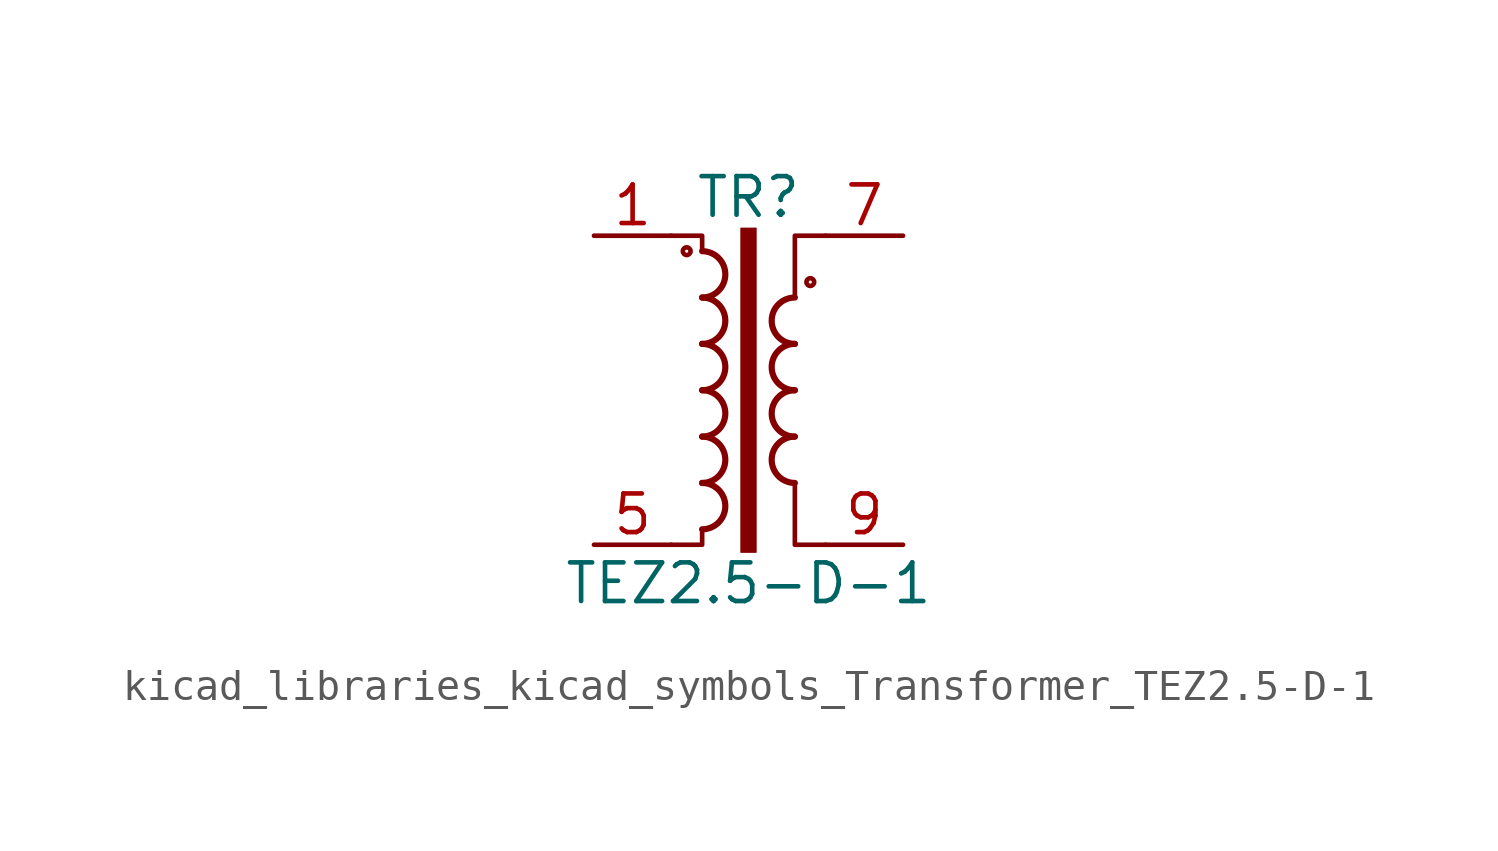
<source format=kicad_sym>
(kicad_symbol_lib
  (version 20220914)
  (generator kicad_symbol_editor)
  (symbol "kicad_libraries_kicad_symbols_Transformer_TEZ2.5-D-1"
    (pin_names
      (offset 0.025))
    (property "Reference" "TR"
      (at 0 6.35 0)
      (effects (font (size 1.27 1.27))))
    (property "Value" "TEZ2.5-D-1"
      (at 0 -6.35 0)
      (effects (font (size 1.27 1.27))))
    (symbol "kicad_libraries_kicad_symbols_Transformer_TEZ2.5-D-1_0_1"
      (circle (center -2.032 4.572) (radius 0.127) (stroke (width 0) (type default)) (fill (type none)))
      (arc (start -1.524 -4.572) (mid -0.7653 -3.81) (end -1.524 -3.048) (stroke (width 0.2032) (type default)) (fill (type none)))
      (arc (start -1.524 -3.048) (mid -0.7653 -2.286) (end -1.524 -1.524) (stroke (width 0.2032) (type default)) (fill (type none)))
      (arc (start -1.524 -1.524) (mid -0.7653 -0.762) (end -1.524 0) (stroke (width 0.2032) (type default)) (fill (type none)))
      (arc (start -1.524 0) (mid -0.7653 0.762) (end -1.524 1.524) (stroke (width 0.2032) (type default)) (fill (type none)))
      (arc (start -1.524 1.524) (mid -0.7653 2.286) (end -1.524 3.048) (stroke (width 0.2032) (type default)) (fill (type none)))
      (arc (start -1.524 3.048) (mid -0.7653 3.81) (end -1.524 4.572) (stroke (width 0.2032) (type default)) (fill (type none)))
      (rectangle (start -0.254 5.334) (end 0.254 -5.334) (stroke (width 0.025) (type default)) (fill (type outline)))
      (polyline (pts (xy -1.524 -4.572) (xy -1.524 -5.08) (xy -2.54 -5.08)) (stroke (width 0) (type default)) (fill (type none)))
      (polyline (pts (xy -1.524 4.572) (xy -1.524 5.08) (xy -2.54 5.08)) (stroke (width 0) (type default)) (fill (type none)))
      (polyline (pts (xy 1.524 3.048) (xy 1.524 5.08) (xy 2.54 5.08) (xy 2.54 5.08)) (stroke (width 0.152) (type default)) (fill (type none)))
      (polyline (pts (xy 2.54 -5.08) (xy 1.524 -5.08) (xy 1.524 -3.048) (xy 1.524 -3.048)) (stroke (width 0.152) (type default)) (fill (type none)))
      (arc (start 1.524 -1.524) (mid 0.7653 -2.286) (end 1.524 -3.048) (stroke (width 0.2032) (type default)) (fill (type none)))
      (arc (start 1.524 0) (mid 0.7653 -0.762) (end 1.524 -1.524) (stroke (width 0.2032) (type default)) (fill (type none)))
      (arc (start 1.524 1.524) (mid 0.7653 0.762) (end 1.524 0) (stroke (width 0.2032) (type default)) (fill (type none)))
      (arc (start 1.524 3.048) (mid 0.7653 2.286) (end 1.524 1.524) (stroke (width 0.2032) (type default)) (fill (type none)))
      (circle (center 2.032 3.556) (radius 0.127) (stroke (width 0) (type default)) (fill (type none))))
    (symbol "kicad_libraries_kicad_symbols_Transformer_TEZ2.5-D-1_1_1"
      (pin passive line (at -5.08 5.08 0) (length 2.54) (name "~" (effects (font (size 1.27 1.27)))) (number "1" (effects (font (size 1.27 1.27)))))
      (pin passive line (at -5.08 -5.08 0) (length 2.54) (name "~" (effects (font (size 1.27 1.27)))) (number "5" (effects (font (size 1.27 1.27)))))
      (pin passive line (at 5.08 5.08 180) (length 2.54) (name "~" (effects (font (size 1.27 1.27)))) (number "7" (effects (font (size 1.27 1.27)))))
      (pin passive line (at 5.08 -5.08 180) (length 2.54) (name "~" (effects (font (size 1.27 1.27)))) (number "9" (effects (font (size 1.27 1.27))))))))
</source>
